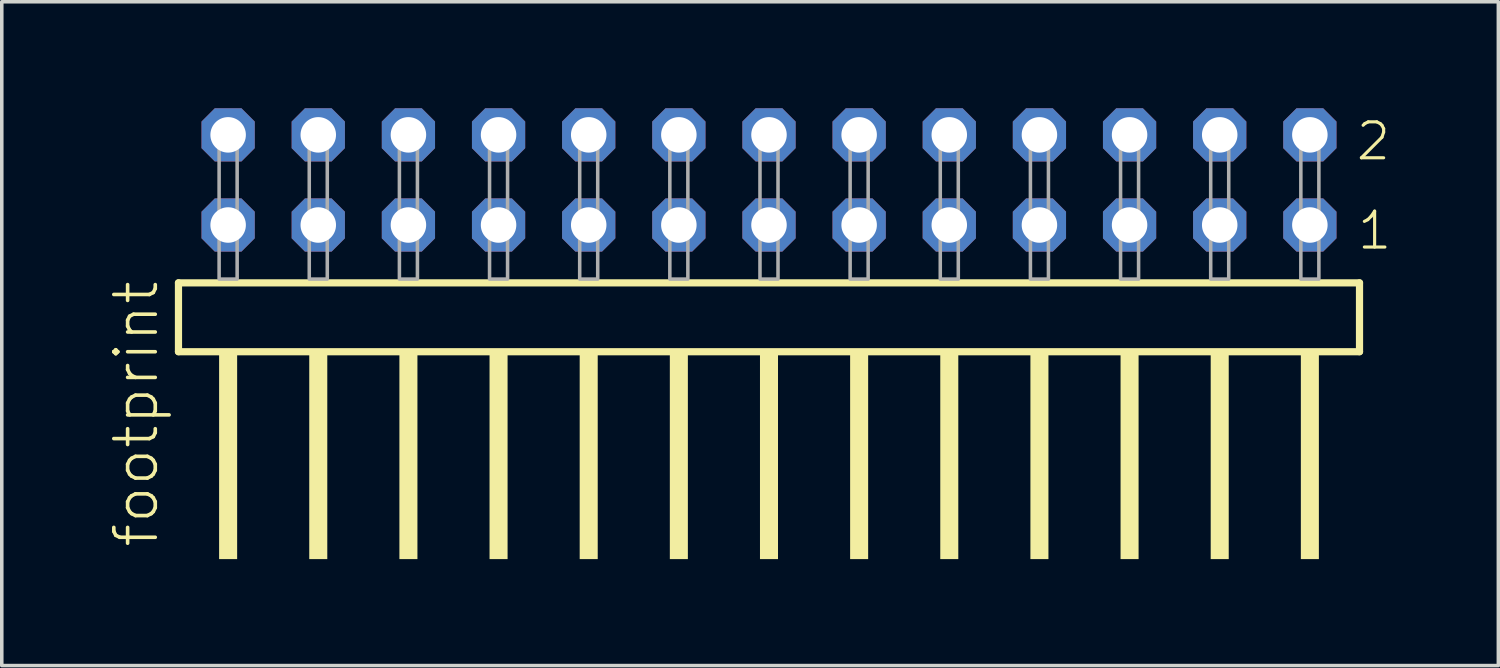
<source format=kicad_pcb>
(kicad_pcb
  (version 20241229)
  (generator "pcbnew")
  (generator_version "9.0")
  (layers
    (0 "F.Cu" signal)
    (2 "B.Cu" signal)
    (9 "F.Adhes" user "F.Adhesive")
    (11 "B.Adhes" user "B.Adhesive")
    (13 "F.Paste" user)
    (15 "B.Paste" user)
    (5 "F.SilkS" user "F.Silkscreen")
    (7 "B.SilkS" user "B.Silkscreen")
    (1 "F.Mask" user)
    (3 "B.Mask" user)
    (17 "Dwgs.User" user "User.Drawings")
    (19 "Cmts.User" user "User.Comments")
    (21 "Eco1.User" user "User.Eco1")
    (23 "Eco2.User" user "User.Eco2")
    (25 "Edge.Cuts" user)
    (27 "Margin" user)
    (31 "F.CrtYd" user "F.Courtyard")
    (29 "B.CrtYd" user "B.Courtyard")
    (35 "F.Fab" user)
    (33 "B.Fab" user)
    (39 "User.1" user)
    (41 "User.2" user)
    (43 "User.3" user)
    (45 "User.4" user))
  (footprint "footprint"
    (layer "F.Cu")
    (at 18.618 4.814)
    (property "Reference" "footprint" (at -17.145 7.62 90) (layer "F.SilkS") (effects (font (size 1.168 1.168) (thickness 0.102)) (justify left bottom)))
    (fp_line (start -16.639 0.106) (end -16.639 2.046) (stroke (width 0.203) (type solid)) (layer "F.SilkS"))
    (fp_line (start -16.639 2.046) (end 16.639 2.046) (stroke (width 0.203) (type solid)) (layer "F.SilkS"))
    (fp_line (start 16.639 0.106) (end -16.639 0.106) (stroke (width 0.203) (type solid)) (layer "F.SilkS"))
    (fp_line (start 16.639 2.046) (end 16.639 0.106) (stroke (width 0.203) (type solid)) (layer "F.SilkS"))
    (fp_poly (pts (xy -15.494 7.89) (xy -14.986 7.89) (xy -14.986 2.04) (xy -15.494 2.04)) (stroke (width 0) (type solid)) (fill yes) (layer "F.SilkS"))
    (fp_poly (pts (xy -12.954 7.89) (xy -12.446 7.89) (xy -12.446 2.04) (xy -12.954 2.04)) (stroke (width 0) (type solid)) (fill yes) (layer "F.SilkS"))
    (fp_poly (pts (xy -10.414 7.89) (xy -9.906 7.89) (xy -9.906 2.04) (xy -10.414 2.04)) (stroke (width 0) (type solid)) (fill yes) (layer "F.SilkS"))
    (fp_poly (pts (xy -7.874 7.89) (xy -7.366 7.89) (xy -7.366 2.04) (xy -7.874 2.04)) (stroke (width 0) (type solid)) (fill yes) (layer "F.SilkS"))
    (fp_poly (pts (xy -5.334 7.89) (xy -4.826 7.89) (xy -4.826 2.04) (xy -5.334 2.04)) (stroke (width 0) (type solid)) (fill yes) (layer "F.SilkS"))
    (fp_poly (pts (xy -2.794 7.89) (xy -2.286 7.89) (xy -2.286 2.04) (xy -2.794 2.04)) (stroke (width 0) (type solid)) (fill yes) (layer "F.SilkS"))
    (fp_poly (pts (xy -0.254 7.89) (xy 0.254 7.89) (xy 0.254 2.04) (xy -0.254 2.04)) (stroke (width 0) (type solid)) (fill yes) (layer "F.SilkS"))
    (fp_poly (pts (xy 2.286 7.89) (xy 2.794 7.89) (xy 2.794 2.04) (xy 2.286 2.04)) (stroke (width 0) (type solid)) (fill yes) (layer "F.SilkS"))
    (fp_poly (pts (xy 4.826 7.89) (xy 5.334 7.89) (xy 5.334 2.04) (xy 4.826 2.04)) (stroke (width 0) (type solid)) (fill yes) (layer "F.SilkS"))
    (fp_poly (pts (xy 7.366 7.89) (xy 7.874 7.89) (xy 7.874 2.04) (xy 7.366 2.04)) (stroke (width 0) (type solid)) (fill yes) (layer "F.SilkS"))
    (fp_poly (pts (xy 9.906 7.89) (xy 10.414 7.89) (xy 10.414 2.04) (xy 9.906 2.04)) (stroke (width 0) (type solid)) (fill yes) (layer "F.SilkS"))
    (fp_poly (pts (xy 12.446 7.89) (xy 12.954 7.89) (xy 12.954 2.04) (xy 12.446 2.04)) (stroke (width 0) (type solid)) (fill yes) (layer "F.SilkS"))
    (fp_poly (pts (xy 14.986 7.89) (xy 15.494 7.89) (xy 15.494 2.04) (xy 14.986 2.04)) (stroke (width 0) (type solid)) (fill yes) (layer "F.SilkS"))
    (fp_poly (pts (xy -15.494 0) (xy -14.986 0) (xy -14.986 -4.318) (xy -15.494 -4.318)) (stroke (width 0.1) (type solid)) (fill no) (layer "F.Fab"))
    (fp_poly (pts (xy -12.954 0) (xy -12.446 0) (xy -12.446 -4.318) (xy -12.954 -4.318)) (stroke (width 0.1) (type solid)) (fill no) (layer "F.Fab"))
    (fp_poly (pts (xy -10.414 0) (xy -9.906 0) (xy -9.906 -4.318) (xy -10.414 -4.318)) (stroke (width 0.1) (type solid)) (fill no) (layer "F.Fab"))
    (fp_poly (pts (xy -7.874 0) (xy -7.366 0) (xy -7.366 -4.318) (xy -7.874 -4.318)) (stroke (width 0.1) (type solid)) (fill no) (layer "F.Fab"))
    (fp_poly (pts (xy -5.334 0) (xy -4.826 0) (xy -4.826 -4.318) (xy -5.334 -4.318)) (stroke (width 0.1) (type solid)) (fill no) (layer "F.Fab"))
    (fp_poly (pts (xy -2.794 0) (xy -2.286 0) (xy -2.286 -4.318) (xy -2.794 -4.318)) (stroke (width 0.1) (type solid)) (fill no) (layer "F.Fab"))
    (fp_poly (pts (xy -0.254 0) (xy 0.254 0) (xy 0.254 -4.318) (xy -0.254 -4.318)) (stroke (width 0.1) (type solid)) (fill no) (layer "F.Fab"))
    (fp_poly (pts (xy 2.286 0) (xy 2.794 0) (xy 2.794 -4.318) (xy 2.286 -4.318)) (stroke (width 0.1) (type solid)) (fill no) (layer "F.Fab"))
    (fp_poly (pts (xy 4.826 0) (xy 5.334 0) (xy 5.334 -4.318) (xy 4.826 -4.318)) (stroke (width 0.1) (type solid)) (fill no) (layer "F.Fab"))
    (fp_poly (pts (xy 7.366 0) (xy 7.874 0) (xy 7.874 -4.318) (xy 7.366 -4.318)) (stroke (width 0.1) (type solid)) (fill no) (layer "F.Fab"))
    (fp_poly (pts (xy 9.906 0) (xy 10.414 0) (xy 10.414 -4.318) (xy 9.906 -4.318)) (stroke (width 0.1) (type solid)) (fill no) (layer "F.Fab"))
    (fp_poly (pts (xy 12.446 0) (xy 12.954 0) (xy 12.954 -4.318) (xy 12.446 -4.318)) (stroke (width 0.1) (type solid)) (fill no) (layer "F.Fab"))
    (fp_poly (pts (xy 14.986 0) (xy 15.494 0) (xy 15.494 -4.318) (xy 14.986 -4.318)) (stroke (width 0.1) (type solid)) (fill no) (layer "F.Fab"))
    (fp_text user "1" (at 16.525 -0.775 0) (layer "F.SilkS") (effects (font (size 1.012 1.012) (thickness 0.088)) (justify left bottom)))
    (fp_text user "2" (at 16.49 -3.29 0) (layer "F.SilkS") (effects (font (size 1.012 1.012) (thickness 0.088)) (justify left bottom)))
    (pad "1" thru_hole roundrect (at 15.24 -1.524 180) (size 1.5 1.5) (drill 1) (layers "*.Cu" "*.Mask") (roundrect_rratio 0.25) (chamfer_ratio 0.25) (chamfer top_left top_right bottom_left bottom_right))
    (pad "2" thru_hole roundrect (at 15.24 -4.064 180) (size 1.5 1.5) (drill 1) (layers "*.Cu" "*.Mask") (roundrect_rratio 0.25) (chamfer_ratio 0.25) (chamfer top_left top_right bottom_left bottom_right))
    (pad "3" thru_hole roundrect (at 12.7 -1.524 180) (size 1.5 1.5) (drill 1) (layers "*.Cu" "*.Mask") (roundrect_rratio 0.25) (chamfer_ratio 0.25) (chamfer top_left top_right bottom_left bottom_right))
    (pad "4" thru_hole roundrect (at 12.7 -4.064 180) (size 1.5 1.5) (drill 1) (layers "*.Cu" "*.Mask") (roundrect_rratio 0.25) (chamfer_ratio 0.25) (chamfer top_left top_right bottom_left bottom_right))
    (pad "5" thru_hole roundrect (at 10.16 -1.524 180) (size 1.5 1.5) (drill 1) (layers "*.Cu" "*.Mask") (roundrect_rratio 0.25) (chamfer_ratio 0.25) (chamfer top_left top_right bottom_left bottom_right))
    (pad "6" thru_hole roundrect (at 10.16 -4.064 180) (size 1.5 1.5) (drill 1) (layers "*.Cu" "*.Mask") (roundrect_rratio 0.25) (chamfer_ratio 0.25) (chamfer top_left top_right bottom_left bottom_right))
    (pad "7" thru_hole roundrect (at 7.62 -1.524 180) (size 1.5 1.5) (drill 1) (layers "*.Cu" "*.Mask") (roundrect_rratio 0.25) (chamfer_ratio 0.25) (chamfer top_left top_right bottom_left bottom_right))
    (pad "8" thru_hole roundrect (at 7.62 -4.064 180) (size 1.5 1.5) (drill 1) (layers "*.Cu" "*.Mask") (roundrect_rratio 0.25) (chamfer_ratio 0.25) (chamfer top_left top_right bottom_left bottom_right))
    (pad "9" thru_hole roundrect (at 5.08 -1.524 180) (size 1.5 1.5) (drill 1) (layers "*.Cu" "*.Mask") (roundrect_rratio 0.25) (chamfer_ratio 0.25) (chamfer top_left top_right bottom_left bottom_right))
    (pad "10" thru_hole roundrect (at 5.08 -4.064 180) (size 1.5 1.5) (drill 1) (layers "*.Cu" "*.Mask") (roundrect_rratio 0.25) (chamfer_ratio 0.25) (chamfer top_left top_right bottom_left bottom_right))
    (pad "11" thru_hole roundrect (at 2.54 -1.524 180) (size 1.5 1.5) (drill 1) (layers "*.Cu" "*.Mask") (roundrect_rratio 0.25) (chamfer_ratio 0.25) (chamfer top_left top_right bottom_left bottom_right))
    (pad "12" thru_hole roundrect (at 2.54 -4.064 180) (size 1.5 1.5) (drill 1) (layers "*.Cu" "*.Mask") (roundrect_rratio 0.25) (chamfer_ratio 0.25) (chamfer top_left top_right bottom_left bottom_right))
    (pad "13" thru_hole roundrect (at 0 -1.524 180) (size 1.5 1.5) (drill 1) (layers "*.Cu" "*.Mask") (roundrect_rratio 0.25) (chamfer_ratio 0.25) (chamfer top_left top_right bottom_left bottom_right))
    (pad "14" thru_hole roundrect (at 0 -4.064 180) (size 1.5 1.5) (drill 1) (layers "*.Cu" "*.Mask") (roundrect_rratio 0.25) (chamfer_ratio 0.25) (chamfer top_left top_right bottom_left bottom_right))
    (pad "15" thru_hole roundrect (at -2.54 -1.524 180) (size 1.5 1.5) (drill 1) (layers "*.Cu" "*.Mask") (roundrect_rratio 0.25) (chamfer_ratio 0.25) (chamfer top_left top_right bottom_left bottom_right))
    (pad "16" thru_hole roundrect (at -2.54 -4.064 180) (size 1.5 1.5) (drill 1) (layers "*.Cu" "*.Mask") (roundrect_rratio 0.25) (chamfer_ratio 0.25) (chamfer top_left top_right bottom_left bottom_right))
    (pad "17" thru_hole roundrect (at -5.08 -1.524 180) (size 1.5 1.5) (drill 1) (layers "*.Cu" "*.Mask") (roundrect_rratio 0.25) (chamfer_ratio 0.25) (chamfer top_left top_right bottom_left bottom_right))
    (pad "18" thru_hole roundrect (at -5.08 -4.064 180) (size 1.5 1.5) (drill 1) (layers "*.Cu" "*.Mask") (roundrect_rratio 0.25) (chamfer_ratio 0.25) (chamfer top_left top_right bottom_left bottom_right))
    (pad "19" thru_hole roundrect (at -7.62 -1.524 180) (size 1.5 1.5) (drill 1) (layers "*.Cu" "*.Mask") (roundrect_rratio 0.25) (chamfer_ratio 0.25) (chamfer top_left top_right bottom_left bottom_right))
    (pad "20" thru_hole roundrect (at -7.62 -4.064 180) (size 1.5 1.5) (drill 1) (layers "*.Cu" "*.Mask") (roundrect_rratio 0.25) (chamfer_ratio 0.25) (chamfer top_left top_right bottom_left bottom_right))
    (pad "21" thru_hole roundrect (at -10.16 -1.524 180) (size 1.5 1.5) (drill 1) (layers "*.Cu" "*.Mask") (roundrect_rratio 0.25) (chamfer_ratio 0.25) (chamfer top_left top_right bottom_left bottom_right))
    (pad "22" thru_hole roundrect (at -10.16 -4.064 180) (size 1.5 1.5) (drill 1) (layers "*.Cu" "*.Mask") (roundrect_rratio 0.25) (chamfer_ratio 0.25) (chamfer top_left top_right bottom_left bottom_right))
    (pad "23" thru_hole roundrect (at -12.7 -1.524 180) (size 1.5 1.5) (drill 1) (layers "*.Cu" "*.Mask") (roundrect_rratio 0.25) (chamfer_ratio 0.25) (chamfer top_left top_right bottom_left bottom_right))
    (pad "24" thru_hole roundrect (at -12.7 -4.064 180) (size 1.5 1.5) (drill 1) (layers "*.Cu" "*.Mask") (roundrect_rratio 0.25) (chamfer_ratio 0.25) (chamfer top_left top_right bottom_left bottom_right))
    (pad "25" thru_hole roundrect (at -15.24 -1.524 180) (size 1.5 1.5) (drill 1) (layers "*.Cu" "*.Mask") (roundrect_rratio 0.25) (chamfer_ratio 0.25) (chamfer top_left top_right bottom_left bottom_right))
    (pad "26" thru_hole roundrect (at -15.24 -4.064 180) (size 1.5 1.5) (drill 1) (layers "*.Cu" "*.Mask") (roundrect_rratio 0.25) (chamfer_ratio 0.25) (chamfer top_left top_right bottom_left bottom_right)))
  (gr_rect
    (start -3 -3)
    (end 39.169 15.704)
    (stroke (width 0.1) (type default))
    (fill no)
    (layer "Edge.Cuts")))
</source>
